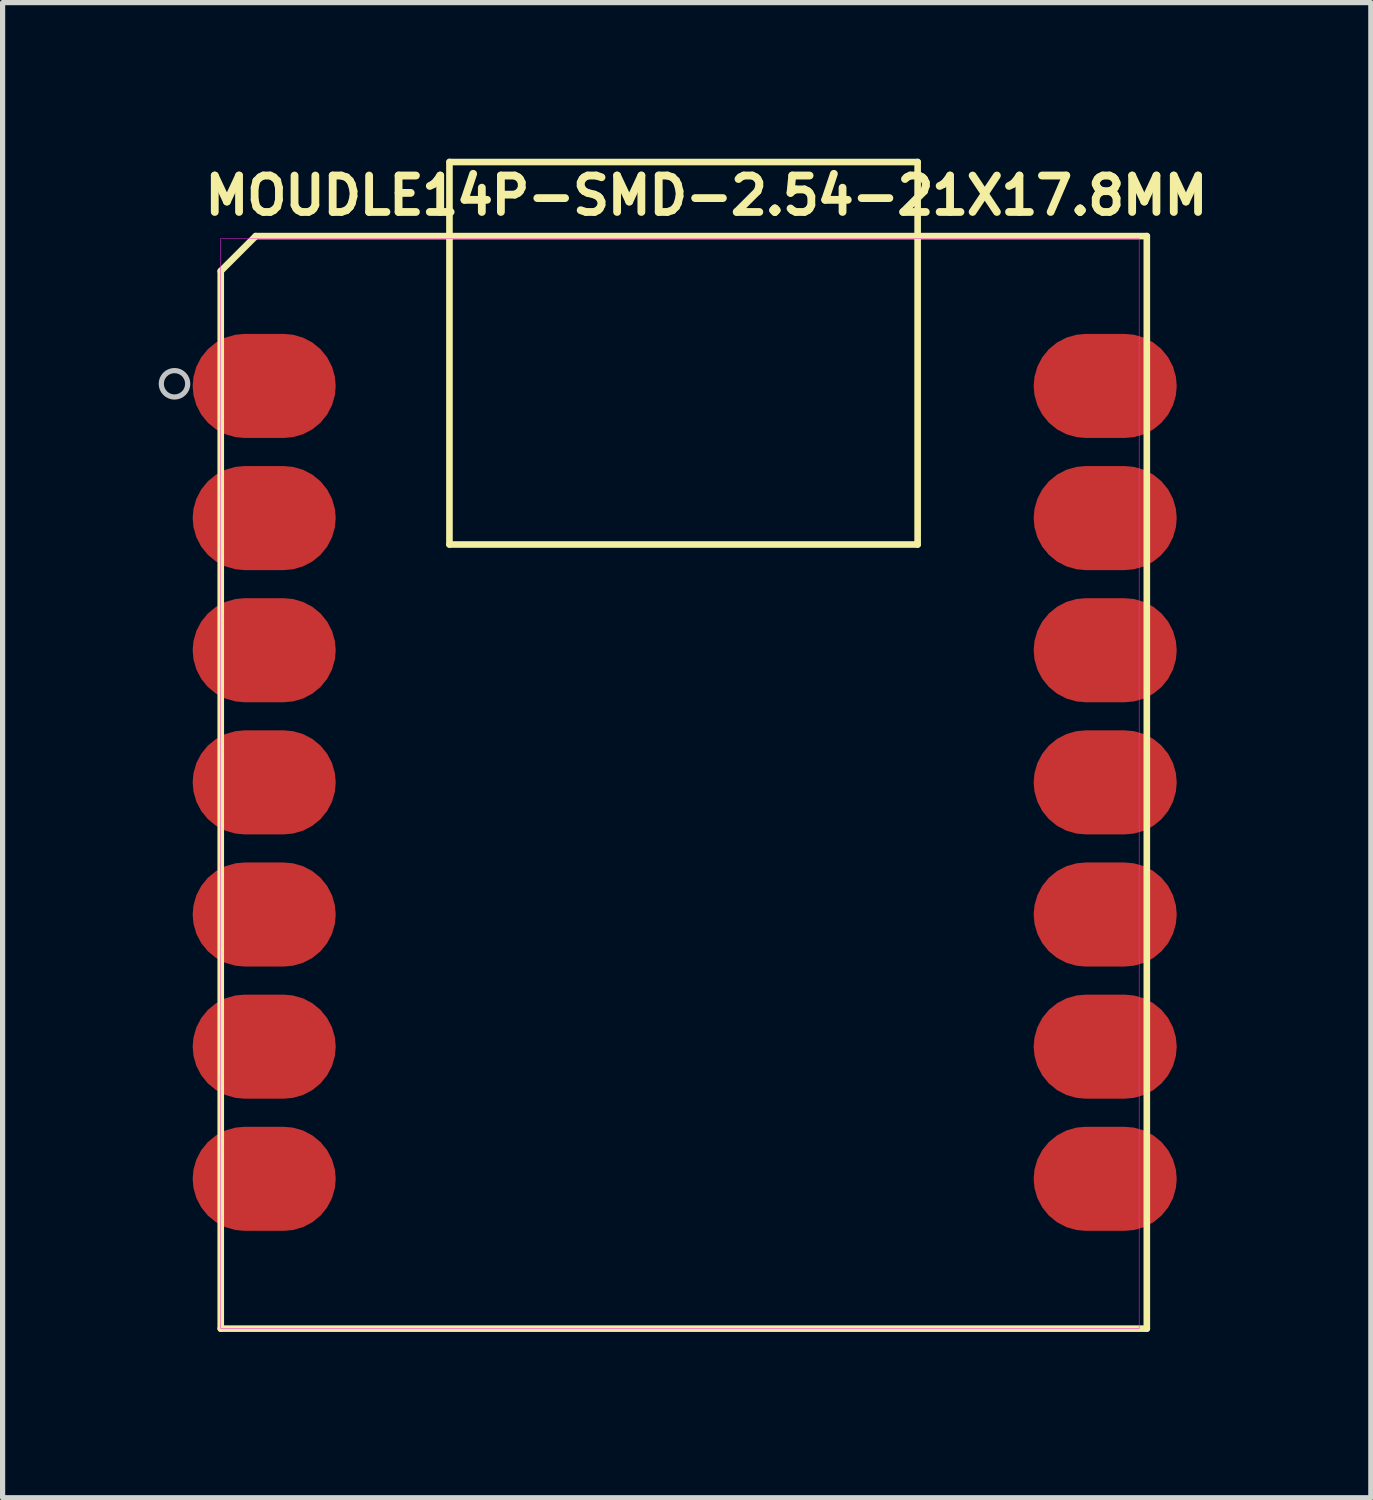
<source format=kicad_pcb>
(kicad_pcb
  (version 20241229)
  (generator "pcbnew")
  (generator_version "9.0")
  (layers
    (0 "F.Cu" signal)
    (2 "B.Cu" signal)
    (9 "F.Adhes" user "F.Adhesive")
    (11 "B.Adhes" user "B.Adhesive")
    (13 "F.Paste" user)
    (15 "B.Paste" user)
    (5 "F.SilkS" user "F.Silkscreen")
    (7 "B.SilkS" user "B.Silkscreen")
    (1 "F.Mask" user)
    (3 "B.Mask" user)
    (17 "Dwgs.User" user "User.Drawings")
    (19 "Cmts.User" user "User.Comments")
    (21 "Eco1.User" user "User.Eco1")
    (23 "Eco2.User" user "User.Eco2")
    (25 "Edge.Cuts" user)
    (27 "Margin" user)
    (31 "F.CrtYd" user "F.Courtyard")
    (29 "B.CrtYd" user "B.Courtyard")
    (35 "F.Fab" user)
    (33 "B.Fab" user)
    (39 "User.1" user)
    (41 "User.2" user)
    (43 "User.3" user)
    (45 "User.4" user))
  (footprint "MOUDLE14P-SMD-2.54-21X17.8MM"
    (layer "F.Cu")
    (at 1.193 22.488)
    (property "Reference" "MOUDLE14P-SMD-2.54-21X17.8MM" (at 9.335 -21.78 0) (layer "F.SilkS") (effects (font (size 0.7 0.7) (thickness 0.15))))
    (attr through_hole)
    (fp_line (start 0 -20.328) (end 0 0) (stroke (width 0.127) (type solid)) (layer "F.SilkS"))
    (fp_line (start 0 0) (end 17.8 0) (stroke (width 0.127) (type solid)) (layer "F.SilkS"))
    (fp_line (start 0.672 -21) (end 0 -20.328) (stroke (width 0.127) (type solid)) (layer "F.SilkS"))
    (fp_line (start 4.396 -15.072) (end 4.396 -22.425) (stroke (width 0.127) (type solid)) (layer "F.SilkS"))
    (fp_line (start 4.4 -22.424) (end 13.395 -22.424) (stroke (width 0.127) (type solid)) (layer "F.SilkS"))
    (fp_line (start 13.395 -22.424) (end 13.395 -15.072) (stroke (width 0.127) (type solid)) (layer "F.SilkS"))
    (fp_line (start 13.395 -15.072) (end 4.396 -15.072) (stroke (width 0.127) (type solid)) (layer "F.SilkS"))
    (fp_line (start 17.8 -21) (end 0.672 -21) (stroke (width 0.127) (type solid)) (layer "F.SilkS"))
    (fp_line (start 17.8 0) (end 17.8 -21) (stroke (width 0.127) (type solid)) (layer "F.SilkS"))
    (fp_circle (center -0.889 -18.161) (end -0.635 -18.161) (stroke (width 0.1) (type solid)) (fill no) (layer "Dwgs.User"))
    (fp_poly (pts (xy 0 -20.955) (xy 17.653 -20.955) (xy 17.653 0) (xy 0 0)) (stroke (width 0.01) (type solid)) (fill no) (layer "F.CrtYd"))
    (pad "1" smd roundrect (at 0.835 -18.12) (size 2.75 2) (layers "F.Cu" "F.Mask" "F.Paste") (roundrect_rratio 0.5))
    (pad "2" smd roundrect (at 0.835 -15.58) (size 2.75 2) (layers "F.Cu" "F.Mask" "F.Paste") (roundrect_rratio 0.5))
    (pad "3" smd roundrect (at 0.835 -13.04) (size 2.75 2) (layers "F.Cu" "F.Mask" "F.Paste") (roundrect_rratio 0.5))
    (pad "4" smd roundrect (at 0.835 -10.5) (size 2.75 2) (layers "F.Cu" "F.Mask" "F.Paste") (roundrect_rratio 0.5))
    (pad "5" smd roundrect (at 0.835 -7.96) (size 2.75 2) (layers "F.Cu" "F.Mask" "F.Paste") (roundrect_rratio 0.5))
    (pad "6" smd roundrect (at 0.835 -5.42) (size 2.75 2) (layers "F.Cu" "F.Mask" "F.Paste") (roundrect_rratio 0.5))
    (pad "7" smd roundrect (at 0.835 -2.88) (size 2.75 2) (layers "F.Cu" "F.Mask" "F.Paste") (roundrect_rratio 0.5))
    (pad "8" smd roundrect (at 17 -2.88) (size 2.75 2) (layers "F.Cu" "F.Mask" "F.Paste") (roundrect_rratio 0.5))
    (pad "9" smd roundrect (at 17 -5.42) (size 2.75 2) (layers "F.Cu" "F.Mask" "F.Paste") (roundrect_rratio 0.5))
    (pad "10" smd roundrect (at 17 -7.96) (size 2.75 2) (layers "F.Cu" "F.Mask" "F.Paste") (roundrect_rratio 0.5))
    (pad "11" smd roundrect (at 17 -10.5) (size 2.75 2) (layers "F.Cu" "F.Mask" "F.Paste") (roundrect_rratio 0.5))
    (pad "12" smd roundrect (at 17 -13.04) (size 2.75 2) (layers "F.Cu" "F.Mask" "F.Paste") (roundrect_rratio 0.5))
    (pad "13" smd roundrect (at 17 -15.58) (size 2.75 2) (layers "F.Cu" "F.Mask" "F.Paste") (roundrect_rratio 0.5))
    (pad "14" smd roundrect (at 17 -18.12) (size 2.75 2) (layers "F.Cu" "F.Mask" "F.Paste") (roundrect_rratio 0.5))
    (zone (net_name "") (layer "F.Cu") (hatch full 0.508) (connect_pads) (min_thickness 0.01) (filled_areas_thickness no) (keepout (tracks not_allowed) (vias not_allowed) (pads not_allowed) (copperpour not_allowed) (footprints allowed)) (placement (enabled no)) (fill) (polygon (pts (xy 4.178 9.725) (xy 7.098 9.725) (xy 7.098 11.757) (xy 4.178 11.757))))
    (zone (net_name "") (layer "F.Cu") (hatch full 0.508) (connect_pads) (min_thickness 0.01) (filled_areas_thickness no) (keepout (tracks not_allowed) (vias not_allowed) (pads not_allowed) (copperpour not_allowed) (footprints allowed)) (placement (enabled no)) (fill) (polygon (pts (xy 4.876 1.407) (xy 6.654 1.407) (xy 6.654 4.074) (xy 4.876 4.074))))
    (zone (net_name "") (layer "F.Cu") (hatch full 0.508) (connect_pads) (min_thickness 0.01) (filled_areas_thickness no) (keepout (tracks not_allowed) (vias not_allowed) (pads not_allowed) (copperpour not_allowed) (footprints allowed)) (placement (enabled no)) (fill) (polygon (pts (xy 4.876 5.471) (xy 6.654 5.471) (xy 6.654 8.137) (xy 4.876 8.137))))
    (zone (net_name "") (layer "F.Cu") (hatch full 0.508) (connect_pads) (min_thickness 0.01) (filled_areas_thickness no) (keepout (tracks not_allowed) (vias not_allowed) (pads not_allowed) (copperpour not_allowed) (footprints allowed)) (placement (enabled no)) (fill) (polygon (pts (xy 7.543 2.168) (xy 12.75 2.168) (xy 12.75 9.153) (xy 7.543 9.153))))
    (zone (net_name "") (layer "F.Cu") (hatch full 0.508) (connect_pads) (min_thickness 0.01) (filled_areas_thickness no) (keepout (tracks not_allowed) (vias not_allowed) (pads not_allowed) (copperpour not_allowed) (footprints allowed)) (placement (enabled no)) (fill) (polygon (pts (xy 7.543 19.314) (xy 13.258 19.314) (xy 13.258 21.854) (xy 7.543 21.854))))
    (zone (net_name "") (layer "F.Cu") (hatch full 0.508) (connect_pads) (min_thickness 0.01) (filled_areas_thickness no) (keepout (tracks not_allowed) (vias not_allowed) (pads not_allowed) (copperpour not_allowed) (footprints allowed)) (placement (enabled no)) (fill) (polygon (pts (xy 10.972 11.185) (xy 14.02 11.185) (xy 14.02 14.233) (xy 10.972 14.233))))
    (zone (net_name "") (layer "F.Cu") (hatch full 0.508) (connect_pads) (min_thickness 0.01) (filled_areas_thickness no) (keepout (tracks not_allowed) (vias not_allowed) (pads not_allowed) (copperpour not_allowed) (footprints allowed)) (placement (enabled no)) (fill) (polygon (pts (xy 13.512 1.407) (xy 15.29 1.407) (xy 15.29 4.074) (xy 13.512 4.074))))
    (zone (net_name "") (layer "F.Cu") (hatch full 0.508) (connect_pads) (min_thickness 0.01) (filled_areas_thickness no) (keepout (tracks not_allowed) (vias not_allowed) (pads not_allowed) (copperpour not_allowed) (footprints allowed)) (placement (enabled no)) (fill) (polygon (pts (xy 13.512 5.471) (xy 15.29 5.471) (xy 15.29 8.137) (xy 13.512 8.137)))))
  (gr_rect
    (start -3 -3)
    (end 23.299 25.738)
    (stroke (width 0.1) (type default))
    (fill no)
    (layer "Edge.Cuts")))
</source>
